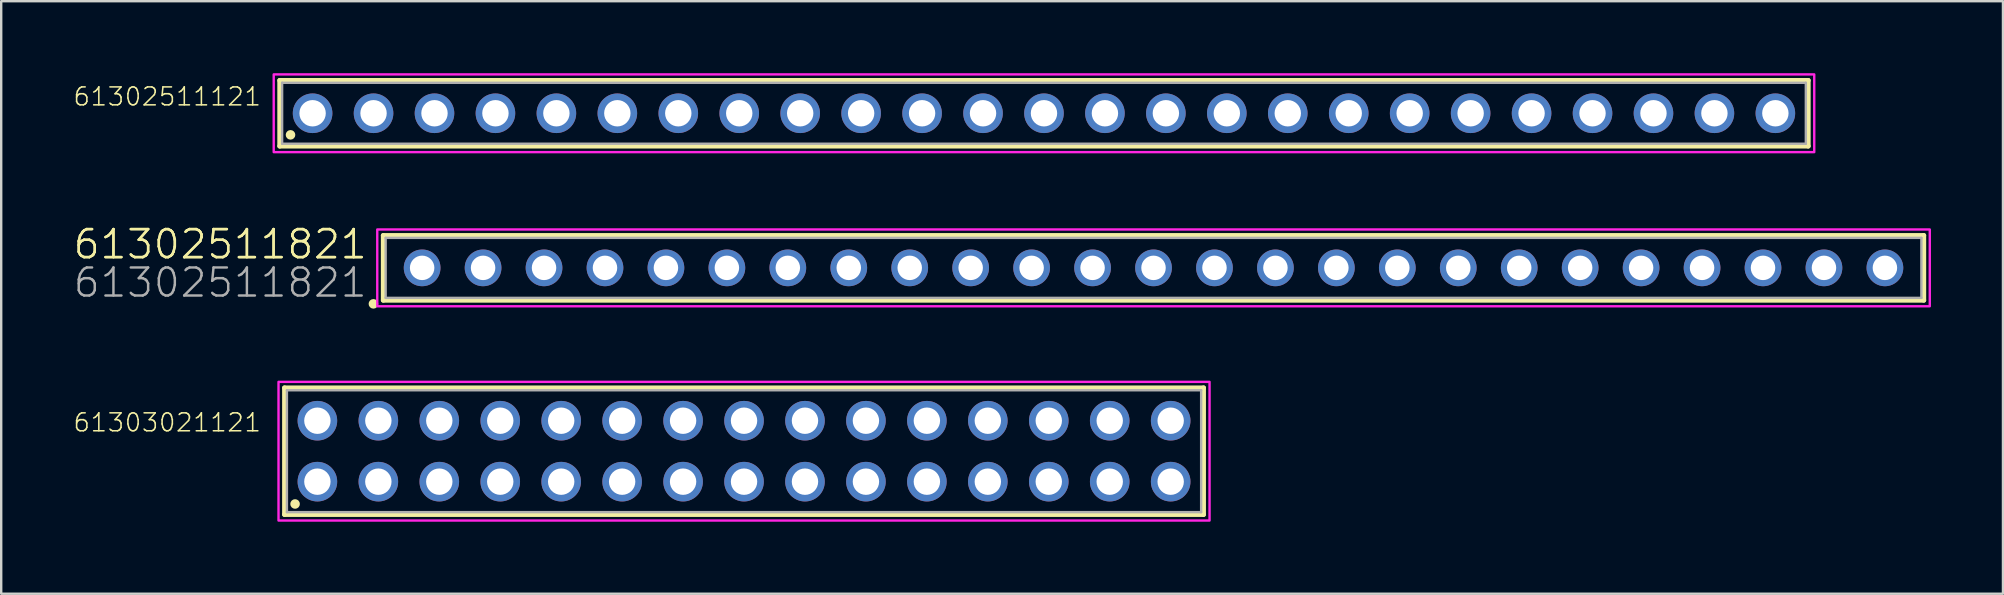
<source format=kicad_pcb>
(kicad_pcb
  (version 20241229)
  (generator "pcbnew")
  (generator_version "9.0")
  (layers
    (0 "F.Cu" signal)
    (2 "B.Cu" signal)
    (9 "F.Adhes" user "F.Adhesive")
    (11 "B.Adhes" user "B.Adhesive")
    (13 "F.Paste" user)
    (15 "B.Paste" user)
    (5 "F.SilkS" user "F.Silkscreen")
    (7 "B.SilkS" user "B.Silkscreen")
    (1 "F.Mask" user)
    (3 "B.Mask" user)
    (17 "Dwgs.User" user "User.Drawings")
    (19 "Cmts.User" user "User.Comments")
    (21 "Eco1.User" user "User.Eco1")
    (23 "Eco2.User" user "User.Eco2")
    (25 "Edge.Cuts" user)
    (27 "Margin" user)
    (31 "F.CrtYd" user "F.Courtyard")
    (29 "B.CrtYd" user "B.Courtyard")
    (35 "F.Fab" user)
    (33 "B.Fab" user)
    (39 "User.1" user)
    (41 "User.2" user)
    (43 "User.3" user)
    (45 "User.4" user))
  (footprint "61303021121"
    (layer "F.Cu")
    (at 27.957 15.753)
    (property "Reference" "61303021121" (at -20.078 -0.756 0) (unlocked yes) (layer "F.SilkS") (effects (font (size 0.748 0.748) (thickness 0.065)) (justify right bottom)))
    (fp_line (start -19.15 -2.64) (end 19.15 -2.64) (stroke (width 0.2) (type solid)) (layer "F.SilkS"))
    (fp_line (start -19.15 2.64) (end -19.15 -2.64) (stroke (width 0.2) (type solid)) (layer "F.SilkS"))
    (fp_line (start 19.15 -2.64) (end 19.15 2.64) (stroke (width 0.2) (type solid)) (layer "F.SilkS"))
    (fp_line (start 19.15 2.64) (end -19.15 2.64) (stroke (width 0.2) (type solid)) (layer "F.SilkS"))
    (fp_circle (center -18.71 2.2) (end -18.61 2.2) (stroke (width 0.2) (type solid)) (fill no) (layer "F.SilkS"))
    (fp_poly (pts (xy 19.4 2.89) (xy -19.4 2.89) (xy -19.4 -2.89) (xy 19.4 -2.89)) (stroke (width 0.1) (type default)) (fill no) (layer "F.CrtYd"))
    (fp_line (start -19.05 -2.54) (end 19.05 -2.54) (stroke (width 0.1) (type solid)) (layer "F.Fab"))
    (fp_line (start -19.05 2.54) (end -19.05 -2.54) (stroke (width 0.1) (type solid)) (layer "F.Fab"))
    (fp_line (start 19.05 -2.54) (end 19.05 2.54) (stroke (width 0.1) (type solid)) (layer "F.Fab"))
    (fp_line (start 19.05 2.54) (end -19.05 2.54) (stroke (width 0.1) (type solid)) (layer "F.Fab"))
    (pad "1" thru_hole circle (at -17.78 1.27 90) (size 1.65 1.65) (drill 1.1) (layers "*.Cu" "*.Mask"))
    (pad "2" thru_hole circle (at -17.78 -1.27 270) (size 1.65 1.65) (drill 1.1) (layers "*.Cu" "*.Mask"))
    (pad "3" thru_hole circle (at -15.24 1.27 90) (size 1.65 1.65) (drill 1.1) (layers "*.Cu" "*.Mask"))
    (pad "4" thru_hole circle (at -15.24 -1.27 270) (size 1.65 1.65) (drill 1.1) (layers "*.Cu" "*.Mask"))
    (pad "5" thru_hole circle (at -12.7 1.27 90) (size 1.65 1.65) (drill 1.1) (layers "*.Cu" "*.Mask"))
    (pad "6" thru_hole circle (at -12.7 -1.27 270) (size 1.65 1.65) (drill 1.1) (layers "*.Cu" "*.Mask"))
    (pad "7" thru_hole circle (at -10.16 1.27 90) (size 1.65 1.65) (drill 1.1) (layers "*.Cu" "*.Mask"))
    (pad "8" thru_hole circle (at -10.16 -1.27 270) (size 1.65 1.65) (drill 1.1) (layers "*.Cu" "*.Mask"))
    (pad "9" thru_hole circle (at -7.62 1.27 90) (size 1.65 1.65) (drill 1.1) (layers "*.Cu" "*.Mask"))
    (pad "10" thru_hole circle (at -7.62 -1.27 270) (size 1.65 1.65) (drill 1.1) (layers "*.Cu" "*.Mask"))
    (pad "11" thru_hole circle (at -5.08 1.27 90) (size 1.65 1.65) (drill 1.1) (layers "*.Cu" "*.Mask"))
    (pad "12" thru_hole circle (at -5.08 -1.27 270) (size 1.65 1.65) (drill 1.1) (layers "*.Cu" "*.Mask"))
    (pad "13" thru_hole circle (at -2.54 1.27 90) (size 1.65 1.65) (drill 1.1) (layers "*.Cu" "*.Mask"))
    (pad "14" thru_hole circle (at -2.54 -1.27 270) (size 1.65 1.65) (drill 1.1) (layers "*.Cu" "*.Mask"))
    (pad "15" thru_hole circle (at 0 1.27 90) (size 1.65 1.65) (drill 1.1) (layers "*.Cu" "*.Mask"))
    (pad "16" thru_hole circle (at 0 -1.27 270) (size 1.65 1.65) (drill 1.1) (layers "*.Cu" "*.Mask"))
    (pad "17" thru_hole circle (at 2.54 1.27 90) (size 1.65 1.65) (drill 1.1) (layers "*.Cu" "*.Mask"))
    (pad "18" thru_hole circle (at 2.54 -1.27 270) (size 1.65 1.65) (drill 1.1) (layers "*.Cu" "*.Mask"))
    (pad "19" thru_hole circle (at 5.08 1.27 90) (size 1.65 1.65) (drill 1.1) (layers "*.Cu" "*.Mask"))
    (pad "20" thru_hole circle (at 5.08 -1.27 270) (size 1.65 1.65) (drill 1.1) (layers "*.Cu" "*.Mask"))
    (pad "21" thru_hole circle (at 7.62 1.27 90) (size 1.65 1.65) (drill 1.1) (layers "*.Cu" "*.Mask"))
    (pad "22" thru_hole circle (at 7.62 -1.27 270) (size 1.65 1.65) (drill 1.1) (layers "*.Cu" "*.Mask"))
    (pad "23" thru_hole circle (at 10.16 1.27 90) (size 1.65 1.65) (drill 1.1) (layers "*.Cu" "*.Mask"))
    (pad "24" thru_hole circle (at 10.16 -1.27 270) (size 1.65 1.65) (drill 1.1) (layers "*.Cu" "*.Mask"))
    (pad "25" thru_hole circle (at 12.7 1.27 90) (size 1.65 1.65) (drill 1.1) (layers "*.Cu" "*.Mask"))
    (pad "26" thru_hole circle (at 12.7 -1.27 270) (size 1.65 1.65) (drill 1.1) (layers "*.Cu" "*.Mask"))
    (pad "27" thru_hole circle (at 15.24 1.27 90) (size 1.65 1.65) (drill 1.1) (layers "*.Cu" "*.Mask"))
    (pad "28" thru_hole circle (at 15.24 -1.27 270) (size 1.65 1.65) (drill 1.1) (layers "*.Cu" "*.Mask"))
    (pad "29" thru_hole circle (at 17.78 1.27 90) (size 1.65 1.65) (drill 1.1) (layers "*.Cu" "*.Mask"))
    (pad "30" thru_hole circle (at 17.78 -1.27 270) (size 1.65 1.65) (drill 1.1) (layers "*.Cu" "*.Mask")))
  (footprint "61302511821"
    (layer "F.Cu")
    (at 45.022 8.113)
    (property "Reference" "61302511821" (at -32.71 -0.3 0) (unlocked yes) (layer "F.SilkS") (effects (font (size 1.168 1.168) (thickness 0.102)) (justify right bottom)))
    (property "Value" "61302511821" (at -32.71 1.3 0) (unlocked yes) (layer "F.Fab") (hide yes) (effects (font (size 1.168 1.168) (thickness 0.102)) (justify right bottom)))
    (fp_line (start -32.1 -1.35) (end 32.1 -1.35) (stroke (width 0.2) (type solid)) (layer "F.SilkS"))
    (fp_line (start -32.1 1.35) (end -32.1 -1.35) (stroke (width 0.2) (type solid)) (layer "F.SilkS"))
    (fp_line (start 32.1 -1.35) (end 32.1 1.35) (stroke (width 0.2) (type solid)) (layer "F.SilkS"))
    (fp_line (start 32.1 1.35) (end -32.1 1.35) (stroke (width 0.2) (type solid)) (layer "F.SilkS"))
    (fp_circle (center -32.51 1.5) (end -32.41 1.5) (stroke (width 0.2) (type solid)) (fill no) (layer "F.SilkS"))
    (fp_poly (pts (xy 32.35 1.6) (xy -32.35 1.6) (xy -32.35 -1.6) (xy 32.35 -1.6)) (stroke (width 0.1) (type default)) (fill no) (layer "F.CrtYd"))
    (fp_line (start -32 -1.25) (end -32 1.25) (stroke (width 0.1) (type solid)) (layer "F.Fab"))
    (fp_line (start -32 1.25) (end 32 1.25) (stroke (width 0.1) (type solid)) (layer "F.Fab"))
    (fp_line (start 32 -1.25) (end -32 -1.25) (stroke (width 0.1) (type solid)) (layer "F.Fab"))
    (fp_line (start 32 1.25) (end 32 -1.25) (stroke (width 0.1) (type solid)) (layer "F.Fab"))
    (fp_text user "${REFERENCE}" (at -32.71 -0.3 0) (unlocked yes) (layer "F.SilkS") (effects (font (size 1.168 1.168) (thickness 0.102)) (justify right bottom)))
    (fp_text user "${VALUE}" (at -32.71 1.3 0) (unlocked yes) (layer "F.Fab") (effects (font (size 1.168 1.168) (thickness 0.102)) (justify right bottom)))
    (pad "1" thru_hole circle (at -30.48 0) (size 1.53 1.53) (drill 1.02) (layers "*.Cu" "*.Mask"))
    (pad "2" thru_hole circle (at -27.94 0) (size 1.53 1.53) (drill 1.02) (layers "*.Cu" "*.Mask"))
    (pad "3" thru_hole circle (at -25.4 0) (size 1.53 1.53) (drill 1.02) (layers "*.Cu" "*.Mask"))
    (pad "4" thru_hole circle (at -22.86 0) (size 1.53 1.53) (drill 1.02) (layers "*.Cu" "*.Mask"))
    (pad "5" thru_hole circle (at -20.32 0) (size 1.53 1.53) (drill 1.02) (layers "*.Cu" "*.Mask"))
    (pad "6" thru_hole circle (at -17.78 0) (size 1.53 1.53) (drill 1.02) (layers "*.Cu" "*.Mask"))
    (pad "7" thru_hole circle (at -15.24 0) (size 1.53 1.53) (drill 1.02) (layers "*.Cu" "*.Mask"))
    (pad "8" thru_hole circle (at -12.7 0) (size 1.53 1.53) (drill 1.02) (layers "*.Cu" "*.Mask"))
    (pad "9" thru_hole circle (at -10.16 0) (size 1.53 1.53) (drill 1.02) (layers "*.Cu" "*.Mask"))
    (pad "10" thru_hole circle (at -7.62 0) (size 1.53 1.53) (drill 1.02) (layers "*.Cu" "*.Mask"))
    (pad "11" thru_hole circle (at -5.08 0) (size 1.53 1.53) (drill 1.02) (layers "*.Cu" "*.Mask"))
    (pad "12" thru_hole circle (at -2.54 0) (size 1.53 1.53) (drill 1.02) (layers "*.Cu" "*.Mask"))
    (pad "13" thru_hole circle (at 0 0) (size 1.53 1.53) (drill 1.02) (layers "*.Cu" "*.Mask"))
    (pad "14" thru_hole circle (at 2.54 0) (size 1.53 1.53) (drill 1.02) (layers "*.Cu" "*.Mask"))
    (pad "15" thru_hole circle (at 5.08 0) (size 1.53 1.53) (drill 1.02) (layers "*.Cu" "*.Mask"))
    (pad "16" thru_hole circle (at 7.62 0) (size 1.53 1.53) (drill 1.02) (layers "*.Cu" "*.Mask"))
    (pad "17" thru_hole circle (at 10.16 0) (size 1.53 1.53) (drill 1.02) (layers "*.Cu" "*.Mask"))
    (pad "18" thru_hole circle (at 12.7 0) (size 1.53 1.53) (drill 1.02) (layers "*.Cu" "*.Mask"))
    (pad "19" thru_hole circle (at 15.24 0) (size 1.53 1.53) (drill 1.02) (layers "*.Cu" "*.Mask"))
    (pad "20" thru_hole circle (at 17.78 0) (size 1.53 1.53) (drill 1.02) (layers "*.Cu" "*.Mask"))
    (pad "21" thru_hole circle (at 20.32 0) (size 1.53 1.53) (drill 1.02) (layers "*.Cu" "*.Mask"))
    (pad "22" thru_hole circle (at 22.86 0) (size 1.53 1.53) (drill 1.02) (layers "*.Cu" "*.Mask"))
    (pad "23" thru_hole circle (at 25.4 0) (size 1.53 1.53) (drill 1.02) (layers "*.Cu" "*.Mask"))
    (pad "24" thru_hole circle (at 27.94 0) (size 1.53 1.53) (drill 1.02) (layers "*.Cu" "*.Mask"))
    (pad "25" thru_hole circle (at 30.48 0) (size 1.53 1.53) (drill 1.02) (layers "*.Cu" "*.Mask")))
  (footprint "61302511121"
    (layer "F.Cu")
    (at 40.457 1.67)
    (property "Reference" "61302511121" (at -32.578 -0.256 0) (unlocked yes) (layer "F.SilkS") (effects (font (size 0.748 0.748) (thickness 0.065)) (justify right bottom)))
    (fp_line (start -31.85 -1.37) (end 31.85 -1.37) (stroke (width 0.2) (type solid)) (layer "F.SilkS"))
    (fp_line (start -31.85 1.37) (end -31.85 -1.37) (stroke (width 0.2) (type solid)) (layer "F.SilkS"))
    (fp_line (start 31.85 -1.37) (end 31.85 1.37) (stroke (width 0.2) (type solid)) (layer "F.SilkS"))
    (fp_line (start 31.85 1.37) (end -31.85 1.37) (stroke (width 0.2) (type solid)) (layer "F.SilkS"))
    (fp_circle (center -31.4 0.9) (end -31.3 0.9) (stroke (width 0.2) (type solid)) (fill no) (layer "F.SilkS"))
    (fp_poly (pts (xy 32.1 1.62) (xy -32.1 1.62) (xy -32.1 -1.62) (xy 32.1 -1.62)) (stroke (width 0.1) (type default)) (fill no) (layer "F.CrtYd"))
    (fp_line (start -31.75 -1.27) (end -31.75 1.27) (stroke (width 0.1) (type solid)) (layer "F.Fab"))
    (fp_line (start -31.75 1.27) (end 31.75 1.27) (stroke (width 0.1) (type solid)) (layer "F.Fab"))
    (fp_line (start 31.75 -1.27) (end -31.75 -1.27) (stroke (width 0.1) (type solid)) (layer "F.Fab"))
    (fp_line (start 31.75 1.27) (end 31.75 -1.27) (stroke (width 0.1) (type solid)) (layer "F.Fab"))
    (pad "1" thru_hole circle (at -30.48 0) (size 1.65 1.65) (drill 1.1) (layers "*.Cu" "*.Mask"))
    (pad "2" thru_hole circle (at -27.94 0) (size 1.65 1.65) (drill 1.1) (layers "*.Cu" "*.Mask"))
    (pad "3" thru_hole circle (at -25.4 0) (size 1.65 1.65) (drill 1.1) (layers "*.Cu" "*.Mask"))
    (pad "4" thru_hole circle (at -22.86 0) (size 1.65 1.65) (drill 1.1) (layers "*.Cu" "*.Mask"))
    (pad "5" thru_hole circle (at -20.32 0) (size 1.65 1.65) (drill 1.1) (layers "*.Cu" "*.Mask"))
    (pad "6" thru_hole circle (at -17.78 0) (size 1.65 1.65) (drill 1.1) (layers "*.Cu" "*.Mask"))
    (pad "7" thru_hole circle (at -15.24 0) (size 1.65 1.65) (drill 1.1) (layers "*.Cu" "*.Mask"))
    (pad "8" thru_hole circle (at -12.7 0) (size 1.65 1.65) (drill 1.1) (layers "*.Cu" "*.Mask"))
    (pad "9" thru_hole circle (at -10.16 0) (size 1.65 1.65) (drill 1.1) (layers "*.Cu" "*.Mask"))
    (pad "10" thru_hole circle (at -7.62 0) (size 1.65 1.65) (drill 1.1) (layers "*.Cu" "*.Mask"))
    (pad "11" thru_hole circle (at -5.08 0) (size 1.65 1.65) (drill 1.1) (layers "*.Cu" "*.Mask"))
    (pad "12" thru_hole circle (at -2.54 0) (size 1.65 1.65) (drill 1.1) (layers "*.Cu" "*.Mask"))
    (pad "13" thru_hole circle (at 0 0) (size 1.65 1.65) (drill 1.1) (layers "*.Cu" "*.Mask"))
    (pad "14" thru_hole circle (at 2.54 0) (size 1.65 1.65) (drill 1.1) (layers "*.Cu" "*.Mask"))
    (pad "15" thru_hole circle (at 5.08 0) (size 1.65 1.65) (drill 1.1) (layers "*.Cu" "*.Mask"))
    (pad "16" thru_hole circle (at 7.62 0) (size 1.65 1.65) (drill 1.1) (layers "*.Cu" "*.Mask"))
    (pad "17" thru_hole circle (at 10.16 0) (size 1.65 1.65) (drill 1.1) (layers "*.Cu" "*.Mask"))
    (pad "18" thru_hole circle (at 12.7 0) (size 1.65 1.65) (drill 1.1) (layers "*.Cu" "*.Mask"))
    (pad "19" thru_hole circle (at 15.24 0) (size 1.65 1.65) (drill 1.1) (layers "*.Cu" "*.Mask"))
    (pad "20" thru_hole circle (at 17.78 0) (size 1.65 1.65) (drill 1.1) (layers "*.Cu" "*.Mask"))
    (pad "21" thru_hole circle (at 20.32 0) (size 1.65 1.65) (drill 1.1) (layers "*.Cu" "*.Mask"))
    (pad "22" thru_hole circle (at 22.86 0) (size 1.65 1.65) (drill 1.1) (layers "*.Cu" "*.Mask"))
    (pad "23" thru_hole circle (at 25.4 0) (size 1.65 1.65) (drill 1.1) (layers "*.Cu" "*.Mask"))
    (pad "24" thru_hole circle (at 27.94 0) (size 1.65 1.65) (drill 1.1) (layers "*.Cu" "*.Mask"))
    (pad "25" thru_hole circle (at 30.48 0) (size 1.65 1.65) (drill 1.1) (layers "*.Cu" "*.Mask")))
  (gr_rect
    (start -3 -3)
    (end 80.422 21.693)
    (stroke (width 0.1) (type default))
    (fill no)
    (layer "Edge.Cuts")))
</source>
